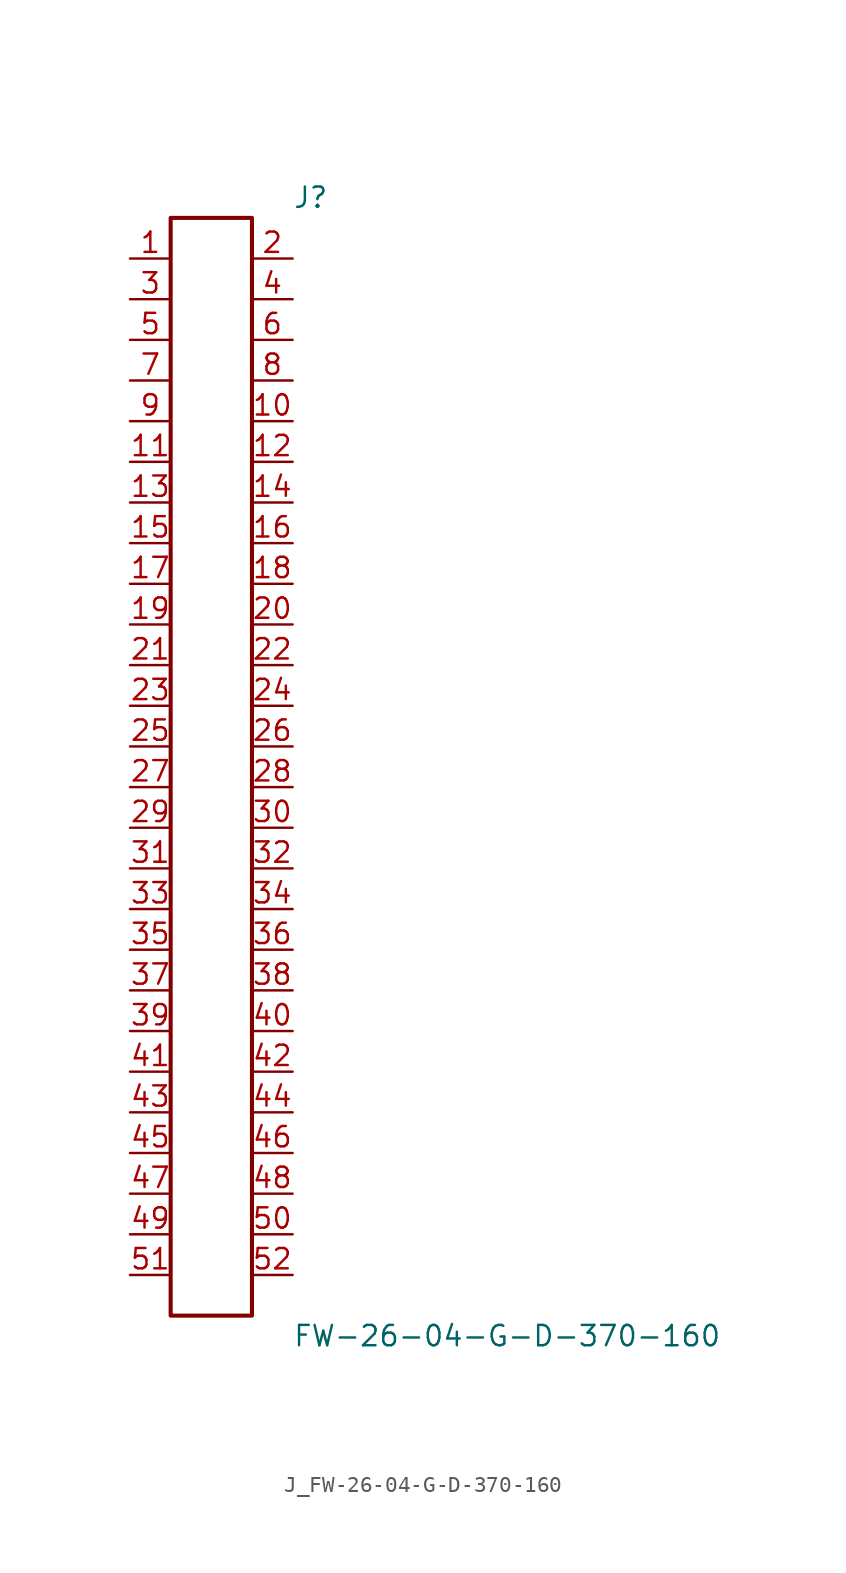
<source format=kicad_sym>
(kicad_symbol_lib
  (version 20231120)
  (generator kicad_symbol_editor)
  (generator_version 8.0)
  (symbol "J_FW-26-04-G-D-370-160"
    (pin_names
      (offset 0.254))
    (property "Reference" "J"
      (at 5.08 35.56 0)
      (effects (font (size 1.27 1.27)) (justify left)))
    (property "Value" "FW-26-04-G-D-370-160"
      (at 5.08 -35.56 0)
      (effects (font (size 1.27 1.27)) (justify left)))
    (symbol "J_FW-26-04-G-D-370-160_0_0"
      (pin unspecified line (at -5.08 31.75 0) (length 2.54) (name "" (effects (font (size 1.27 1.27)))) (number "1" (effects (font (size 1.27 1.27)))))
      (pin unspecified line (at 5.08 31.75 180) (length 2.54) (name "" (effects (font (size 1.27 1.27)))) (number "2" (effects (font (size 1.27 1.27)))))
      (pin unspecified line (at -5.08 29.21 0) (length 2.54) (name "" (effects (font (size 1.27 1.27)))) (number "3" (effects (font (size 1.27 1.27)))))
      (pin unspecified line (at 5.08 29.21 180) (length 2.54) (name "" (effects (font (size 1.27 1.27)))) (number "4" (effects (font (size 1.27 1.27)))))
      (pin unspecified line (at -5.08 26.67 0) (length 2.54) (name "" (effects (font (size 1.27 1.27)))) (number "5" (effects (font (size 1.27 1.27)))))
      (pin unspecified line (at 5.08 26.67 180) (length 2.54) (name "" (effects (font (size 1.27 1.27)))) (number "6" (effects (font (size 1.27 1.27)))))
      (pin unspecified line (at -5.08 24.13 0) (length 2.54) (name "" (effects (font (size 1.27 1.27)))) (number "7" (effects (font (size 1.27 1.27)))))
      (pin unspecified line (at 5.08 24.13 180) (length 2.54) (name "" (effects (font (size 1.27 1.27)))) (number "8" (effects (font (size 1.27 1.27)))))
      (pin unspecified line (at -5.08 21.59 0) (length 2.54) (name "" (effects (font (size 1.27 1.27)))) (number "9" (effects (font (size 1.27 1.27)))))
      (pin unspecified line (at 5.08 21.59 180) (length 2.54) (name "" (effects (font (size 1.27 1.27)))) (number "10" (effects (font (size 1.27 1.27)))))
      (pin unspecified line (at -5.08 19.05 0) (length 2.54) (name "" (effects (font (size 1.27 1.27)))) (number "11" (effects (font (size 1.27 1.27)))))
      (pin unspecified line (at 5.08 19.05 180) (length 2.54) (name "" (effects (font (size 1.27 1.27)))) (number "12" (effects (font (size 1.27 1.27)))))
      (pin unspecified line (at -5.08 16.51 0) (length 2.54) (name "" (effects (font (size 1.27 1.27)))) (number "13" (effects (font (size 1.27 1.27)))))
      (pin unspecified line (at 5.08 16.51 180) (length 2.54) (name "" (effects (font (size 1.27 1.27)))) (number "14" (effects (font (size 1.27 1.27)))))
      (pin unspecified line (at -5.08 13.97 0) (length 2.54) (name "" (effects (font (size 1.27 1.27)))) (number "15" (effects (font (size 1.27 1.27)))))
      (pin unspecified line (at 5.08 13.97 180) (length 2.54) (name "" (effects (font (size 1.27 1.27)))) (number "16" (effects (font (size 1.27 1.27)))))
      (pin unspecified line (at -5.08 11.43 0) (length 2.54) (name "" (effects (font (size 1.27 1.27)))) (number "17" (effects (font (size 1.27 1.27)))))
      (pin unspecified line (at 5.08 11.43 180) (length 2.54) (name "" (effects (font (size 1.27 1.27)))) (number "18" (effects (font (size 1.27 1.27)))))
      (pin unspecified line (at -5.08 8.89 0) (length 2.54) (name "" (effects (font (size 1.27 1.27)))) (number "19" (effects (font (size 1.27 1.27)))))
      (pin unspecified line (at 5.08 8.89 180) (length 2.54) (name "" (effects (font (size 1.27 1.27)))) (number "20" (effects (font (size 1.27 1.27)))))
      (pin unspecified line (at -5.08 6.35 0) (length 2.54) (name "" (effects (font (size 1.27 1.27)))) (number "21" (effects (font (size 1.27 1.27)))))
      (pin unspecified line (at 5.08 6.35 180) (length 2.54) (name "" (effects (font (size 1.27 1.27)))) (number "22" (effects (font (size 1.27 1.27)))))
      (pin unspecified line (at -5.08 3.81 0) (length 2.54) (name "" (effects (font (size 1.27 1.27)))) (number "23" (effects (font (size 1.27 1.27)))))
      (pin unspecified line (at 5.08 3.81 180) (length 2.54) (name "" (effects (font (size 1.27 1.27)))) (number "24" (effects (font (size 1.27 1.27)))))
      (pin unspecified line (at -5.08 1.27 0) (length 2.54) (name "" (effects (font (size 1.27 1.27)))) (number "25" (effects (font (size 1.27 1.27)))))
      (pin unspecified line (at 5.08 1.27 180) (length 2.54) (name "" (effects (font (size 1.27 1.27)))) (number "26" (effects (font (size 1.27 1.27)))))
      (pin unspecified line (at -5.08 -1.27 0) (length 2.54) (name "" (effects (font (size 1.27 1.27)))) (number "27" (effects (font (size 1.27 1.27)))))
      (pin unspecified line (at 5.08 -1.27 180) (length 2.54) (name "" (effects (font (size 1.27 1.27)))) (number "28" (effects (font (size 1.27 1.27)))))
      (pin unspecified line (at -5.08 -3.81 0) (length 2.54) (name "" (effects (font (size 1.27 1.27)))) (number "29" (effects (font (size 1.27 1.27)))))
      (pin unspecified line (at 5.08 -3.81 180) (length 2.54) (name "" (effects (font (size 1.27 1.27)))) (number "30" (effects (font (size 1.27 1.27)))))
      (pin unspecified line (at -5.08 -6.35 0) (length 2.54) (name "" (effects (font (size 1.27 1.27)))) (number "31" (effects (font (size 1.27 1.27)))))
      (pin unspecified line (at 5.08 -6.35 180) (length 2.54) (name "" (effects (font (size 1.27 1.27)))) (number "32" (effects (font (size 1.27 1.27)))))
      (pin unspecified line (at -5.08 -8.89 0) (length 2.54) (name "" (effects (font (size 1.27 1.27)))) (number "33" (effects (font (size 1.27 1.27)))))
      (pin unspecified line (at 5.08 -8.89 180) (length 2.54) (name "" (effects (font (size 1.27 1.27)))) (number "34" (effects (font (size 1.27 1.27)))))
      (pin unspecified line (at -5.08 -11.43 0) (length 2.54) (name "" (effects (font (size 1.27 1.27)))) (number "35" (effects (font (size 1.27 1.27)))))
      (pin unspecified line (at 5.08 -11.43 180) (length 2.54) (name "" (effects (font (size 1.27 1.27)))) (number "36" (effects (font (size 1.27 1.27)))))
      (pin unspecified line (at -5.08 -13.97 0) (length 2.54) (name "" (effects (font (size 1.27 1.27)))) (number "37" (effects (font (size 1.27 1.27)))))
      (pin unspecified line (at 5.08 -13.97 180) (length 2.54) (name "" (effects (font (size 1.27 1.27)))) (number "38" (effects (font (size 1.27 1.27)))))
      (pin unspecified line (at -5.08 -16.51 0) (length 2.54) (name "" (effects (font (size 1.27 1.27)))) (number "39" (effects (font (size 1.27 1.27)))))
      (pin unspecified line (at 5.08 -16.51 180) (length 2.54) (name "" (effects (font (size 1.27 1.27)))) (number "40" (effects (font (size 1.27 1.27)))))
      (pin unspecified line (at -5.08 -19.05 0) (length 2.54) (name "" (effects (font (size 1.27 1.27)))) (number "41" (effects (font (size 1.27 1.27)))))
      (pin unspecified line (at 5.08 -19.05 180) (length 2.54) (name "" (effects (font (size 1.27 1.27)))) (number "42" (effects (font (size 1.27 1.27)))))
      (pin unspecified line (at -5.08 -21.59 0) (length 2.54) (name "" (effects (font (size 1.27 1.27)))) (number "43" (effects (font (size 1.27 1.27)))))
      (pin unspecified line (at 5.08 -21.59 180) (length 2.54) (name "" (effects (font (size 1.27 1.27)))) (number "44" (effects (font (size 1.27 1.27)))))
      (pin unspecified line (at -5.08 -24.13 0) (length 2.54) (name "" (effects (font (size 1.27 1.27)))) (number "45" (effects (font (size 1.27 1.27)))))
      (pin unspecified line (at 5.08 -24.13 180) (length 2.54) (name "" (effects (font (size 1.27 1.27)))) (number "46" (effects (font (size 1.27 1.27)))))
      (pin unspecified line (at -5.08 -26.67 0) (length 2.54) (name "" (effects (font (size 1.27 1.27)))) (number "47" (effects (font (size 1.27 1.27)))))
      (pin unspecified line (at 5.08 -26.67 180) (length 2.54) (name "" (effects (font (size 1.27 1.27)))) (number "48" (effects (font (size 1.27 1.27)))))
      (pin unspecified line (at -5.08 -29.21 0) (length 2.54) (name "" (effects (font (size 1.27 1.27)))) (number "49" (effects (font (size 1.27 1.27)))))
      (pin unspecified line (at 5.08 -29.21 180) (length 2.54) (name "" (effects (font (size 1.27 1.27)))) (number "50" (effects (font (size 1.27 1.27)))))
      (pin unspecified line (at -5.08 -31.75 0) (length 2.54) (name "" (effects (font (size 1.27 1.27)))) (number "51" (effects (font (size 1.27 1.27)))))
      (pin unspecified line (at 5.08 -31.75 180) (length 2.54) (name "" (effects (font (size 1.27 1.27)))) (number "52" (effects (font (size 1.27 1.27))))))
    (symbol "J_FW-26-04-G-D-370-160_1_0"
      (rectangle (start -2.54 34.29) (end 2.54 -34.29) (stroke (width 0.254) (type solid)) (fill (type none))))))
</source>
